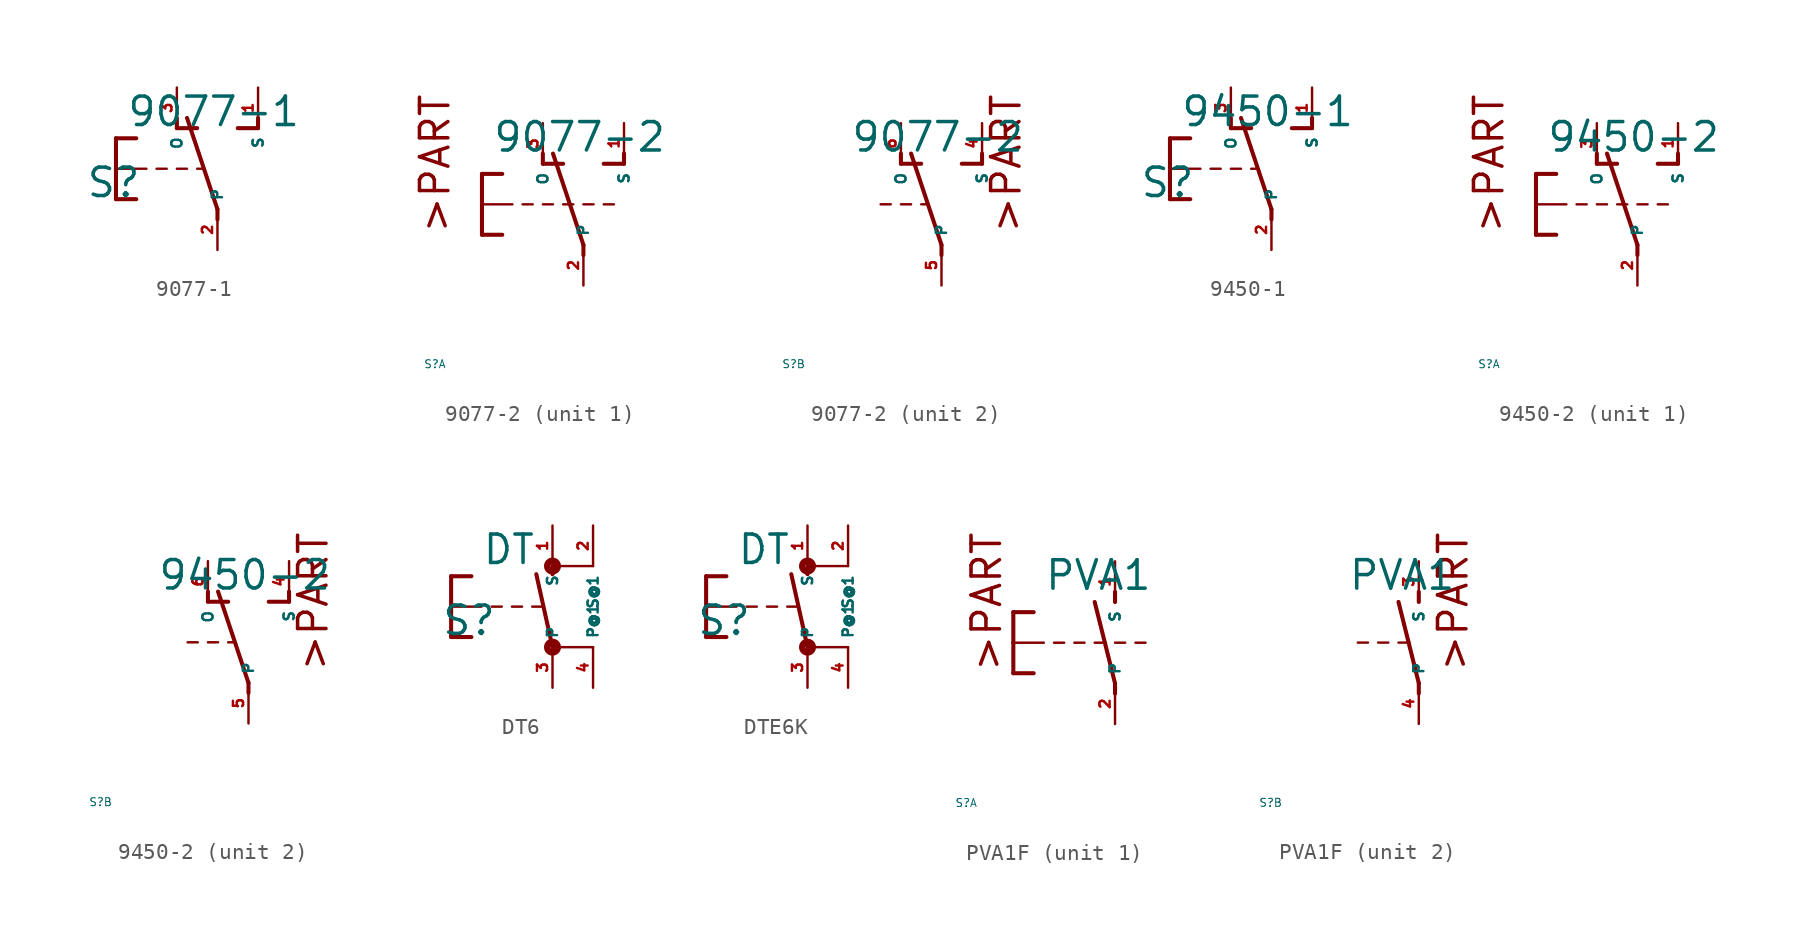
<source format=kicad_sym>
(kicad_symbol_lib
  (version 20220914)
  (generator Eagle2Kicad)
  (symbol "9077-1"
    (property "Reference" "S"
      (at -8.255 -1.905 0)
      (effects (font (size 1.778 1.778) (thickness 0.22)) (justify left bottom)))
    (property "Value" "9077-1"
      (at -5.715 2.54 0)
      (effects (font (size 1.778 1.778) (thickness 0.22)) (justify left bottom)))
    (polyline
      (pts (xy 0 -3.175) (xy 0 -2.54))
      (stroke (width 0.254) (type default))
      (fill (type none)))
    (polyline
      (pts (xy 0 -2.54) (xy -1.905 3.175))
      (stroke (width 0.254) (type default))
      (fill (type none)))
    (polyline
      (pts (xy 1.27 2.54) (xy 2.54 2.54))
      (stroke (width 0.254) (type default))
      (fill (type none)))
    (polyline
      (pts (xy 2.54 2.54) (xy 2.54 3.175))
      (stroke (width 0.254) (type default))
      (fill (type none)))
    (polyline
      (pts (xy -2.54 2.54) (xy -1.27 2.54))
      (stroke (width 0.254) (type default))
      (fill (type none)))
    (polyline
      (pts (xy -2.54 2.54) (xy -2.54 3.175))
      (stroke (width 0.254) (type default))
      (fill (type none)))
    (polyline
      (pts (xy -0.889 0) (xy -1.27 0))
      (stroke (width 0.152) (type default))
      (fill (type none)))
    (polyline
      (pts (xy -1.905 0) (xy -2.54 0))
      (stroke (width 0.152) (type default))
      (fill (type none)))
    (polyline
      (pts (xy -3.175 0) (xy -3.81 0))
      (stroke (width 0.152) (type default))
      (fill (type none)))
    (polyline
      (pts (xy -6.35 1.905) (xy -5.08 1.905))
      (stroke (width 0.254) (type default))
      (fill (type none)))
    (polyline
      (pts (xy -6.35 1.905) (xy -6.35 0))
      (stroke (width 0.254) (type default))
      (fill (type none)))
    (polyline
      (pts (xy -6.35 -1.905) (xy -5.08 -1.905))
      (stroke (width 0.254) (type default))
      (fill (type none)))
    (polyline
      (pts (xy -6.35 0) (xy -4.445 0))
      (stroke (width 0.152) (type default))
      (fill (type none)))
    (polyline
      (pts (xy -6.35 0) (xy -6.35 -1.905))
      (stroke (width 0.254) (type default))
      (fill (type none)))
    (pin passive line
      (at 0 -5.08 90)
      (length 2.54)
      (name "P" (effects (font (size 0.635 0.635) (thickness 0.08)) (justify left bottom)))
      (number "2" (effects (font (size 0.635 0.635) (thickness 0.08)) (justify left bottom))))
    (pin passive line
      (at 2.54 5.08 270)
      (length 2.54)
      (name "S" (effects (font (size 0.635 0.635) (thickness 0.08)) (justify left bottom)))
      (number "1" (effects (font (size 0.635 0.635) (thickness 0.08)) (justify left bottom))))
    (pin passive line
      (at -2.54 5.08 270)
      (length 2.54)
      (name "O" (effects (font (size 0.635 0.635) (thickness 0.08)) (justify left bottom)))
      (number "3" (effects (font (size 0.635 0.635) (thickness 0.08)) (justify left bottom)))))
  (symbol "9077-2"
    (property "Reference" "S"
      (at -10 -10 0)
      (effects (font (size 0.5 0.5) (thickness 0.06)) (justify left)))
    (property "Value" "9077-2"
      (at -5.715 3.175 0)
      (effects (font (size 1.778 1.778) (thickness 0.22)) (justify left bottom)))
    (symbol "9077-2_1_0"
      (polyline (pts (xy 0 -3.175) (xy 0 -2.54)) (stroke (width 0.254) (type default)) (fill (type none)))
      (polyline (pts (xy 0 -2.54) (xy -1.905 3.175)) (stroke (width 0.254) (type default)) (fill (type none)))
      (polyline (pts (xy 1.27 2.54) (xy 2.54 2.54)) (stroke (width 0.254) (type default)) (fill (type none)))
      (polyline (pts (xy 2.54 2.54) (xy 2.54 3.175)) (stroke (width 0.254) (type default)) (fill (type none)))
      (polyline (pts (xy -2.54 2.54) (xy -1.27 2.54)) (stroke (width 0.254) (type default)) (fill (type none)))
      (polyline (pts (xy -2.54 2.54) (xy -2.54 3.175)) (stroke (width 0.254) (type default)) (fill (type none)))
      (polyline (pts (xy -1.905 0) (xy -2.54 0)) (stroke (width 0.152) (type default)) (fill (type none)))
      (polyline (pts (xy -3.175 0) (xy -3.81 0)) (stroke (width 0.152) (type default)) (fill (type none)))
      (polyline (pts (xy -6.35 1.905) (xy -5.08 1.905)) (stroke (width 0.254) (type default)) (fill (type none)))
      (polyline (pts (xy -6.35 1.905) (xy -6.35 0)) (stroke (width 0.254) (type default)) (fill (type none)))
      (polyline (pts (xy -6.35 -1.905) (xy -5.08 -1.905)) (stroke (width 0.254) (type default)) (fill (type none)))
      (polyline (pts (xy -6.35 0) (xy -4.445 0)) (stroke (width 0.152) (type default)) (fill (type none)))
      (polyline (pts (xy -6.35 0) (xy -6.35 -1.905)) (stroke (width 0.254) (type default)) (fill (type none)))
      (polyline (pts (xy 0.635 0) (xy 0 0)) (stroke (width 0.152) (type default)) (fill (type none)))
      (polyline (pts (xy 1.905 0) (xy 1.27 0)) (stroke (width 0.152) (type default)) (fill (type none)))
      (polyline (pts (xy -0.635 0) (xy -1.27 0)) (stroke (width 0.152) (type default)) (fill (type none)))
      (text ">PART" (at -8.255 -1.905 900) (effects (font (size 1.778 1.778) (thickness 0.22)) (justify left bottom)))
      (pin passive line (at 0 -5.08 90) (length 2.54) (name "P" (effects (font (size 0.635 0.635) (thickness 0.08)) (justify left bottom))) (number "2" (effects (font (size 0.635 0.635) (thickness 0.08)) (justify left bottom))))
      (pin passive line (at 2.54 5.08 270) (length 2.54) (name "S" (effects (font (size 0.635 0.635) (thickness 0.08)) (justify left bottom))) (number "1" (effects (font (size 0.635 0.635) (thickness 0.08)) (justify left bottom))))
      (pin passive line (at -2.54 5.08 270) (length 2.54) (name "O" (effects (font (size 0.635 0.635) (thickness 0.08)) (justify left bottom))) (number "3" (effects (font (size 0.635 0.635) (thickness 0.08)) (justify left bottom)))))
    (symbol "9077-2_2_0"
      (polyline (pts (xy 0 -3.175) (xy 0 -2.54)) (stroke (width 0.254) (type default)) (fill (type none)))
      (polyline (pts (xy 0 -2.54) (xy -1.905 3.175)) (stroke (width 0.254) (type default)) (fill (type none)))
      (polyline (pts (xy 1.27 2.54) (xy 2.54 2.54)) (stroke (width 0.254) (type default)) (fill (type none)))
      (polyline (pts (xy 2.54 2.54) (xy 2.54 3.175)) (stroke (width 0.254) (type default)) (fill (type none)))
      (polyline (pts (xy -2.54 2.54) (xy -1.27 2.54)) (stroke (width 0.254) (type default)) (fill (type none)))
      (polyline (pts (xy -2.54 2.54) (xy -2.54 3.175)) (stroke (width 0.254) (type default)) (fill (type none)))
      (polyline (pts (xy -0.889 0) (xy -1.27 0)) (stroke (width 0.152) (type default)) (fill (type none)))
      (polyline (pts (xy -1.905 0) (xy -2.54 0)) (stroke (width 0.152) (type default)) (fill (type none)))
      (polyline (pts (xy -3.175 0) (xy -3.81 0)) (stroke (width 0.152) (type default)) (fill (type none)))
      (text ">PART" (at 5.08 -1.905 900) (effects (font (size 1.778 1.778) (thickness 0.22)) (justify left bottom)))
      (pin passive line (at 0 -5.08 90) (length 2.54) (name "P" (effects (font (size 0.635 0.635) (thickness 0.08)) (justify left bottom))) (number "5" (effects (font (size 0.635 0.635) (thickness 0.08)) (justify left bottom))))
      (pin passive line (at 2.54 5.08 270) (length 2.54) (name "S" (effects (font (size 0.635 0.635) (thickness 0.08)) (justify left bottom))) (number "4" (effects (font (size 0.635 0.635) (thickness 0.08)) (justify left bottom))))
      (pin passive line (at -2.54 5.08 270) (length 2.54) (name "O" (effects (font (size 0.635 0.635) (thickness 0.08)) (justify left bottom))) (number "6" (effects (font (size 0.635 0.635) (thickness 0.08)) (justify left bottom))))))
  (symbol "9450-1"
    (property "Reference" "S"
      (at -8.255 -1.905 0)
      (effects (font (size 1.778 1.778) (thickness 0.22)) (justify left bottom)))
    (property "Value" "9450-1"
      (at -5.715 2.54 0)
      (effects (font (size 1.778 1.778) (thickness 0.22)) (justify left bottom)))
    (polyline
      (pts (xy 0 -3.175) (xy 0 -2.54))
      (stroke (width 0.254) (type default))
      (fill (type none)))
    (polyline
      (pts (xy 0 -2.54) (xy -1.905 3.175))
      (stroke (width 0.254) (type default))
      (fill (type none)))
    (polyline
      (pts (xy 1.27 2.54) (xy 2.54 2.54))
      (stroke (width 0.254) (type default))
      (fill (type none)))
    (polyline
      (pts (xy 2.54 2.54) (xy 2.54 3.175))
      (stroke (width 0.254) (type default))
      (fill (type none)))
    (polyline
      (pts (xy -2.54 2.54) (xy -1.27 2.54))
      (stroke (width 0.254) (type default))
      (fill (type none)))
    (polyline
      (pts (xy -2.54 2.54) (xy -2.54 3.175))
      (stroke (width 0.254) (type default))
      (fill (type none)))
    (polyline
      (pts (xy -0.889 0) (xy -1.27 0))
      (stroke (width 0.152) (type default))
      (fill (type none)))
    (polyline
      (pts (xy -1.905 0) (xy -2.54 0))
      (stroke (width 0.152) (type default))
      (fill (type none)))
    (polyline
      (pts (xy -3.175 0) (xy -3.81 0))
      (stroke (width 0.152) (type default))
      (fill (type none)))
    (polyline
      (pts (xy -6.35 1.905) (xy -5.08 1.905))
      (stroke (width 0.254) (type default))
      (fill (type none)))
    (polyline
      (pts (xy -6.35 1.905) (xy -6.35 0))
      (stroke (width 0.254) (type default))
      (fill (type none)))
    (polyline
      (pts (xy -6.35 -1.905) (xy -5.08 -1.905))
      (stroke (width 0.254) (type default))
      (fill (type none)))
    (polyline
      (pts (xy -6.35 0) (xy -4.445 0))
      (stroke (width 0.152) (type default))
      (fill (type none)))
    (polyline
      (pts (xy -6.35 0) (xy -6.35 -1.905))
      (stroke (width 0.254) (type default))
      (fill (type none)))
    (pin passive line
      (at 0 -5.08 90)
      (length 2.54)
      (name "P" (effects (font (size 0.635 0.635) (thickness 0.08)) (justify left bottom)))
      (number "2" (effects (font (size 0.635 0.635) (thickness 0.08)) (justify left bottom))))
    (pin passive line
      (at 2.54 5.08 270)
      (length 2.54)
      (name "S" (effects (font (size 0.635 0.635) (thickness 0.08)) (justify left bottom)))
      (number "1" (effects (font (size 0.635 0.635) (thickness 0.08)) (justify left bottom))))
    (pin passive line
      (at -2.54 5.08 270)
      (length 2.54)
      (name "O" (effects (font (size 0.635 0.635) (thickness 0.08)) (justify left bottom)))
      (number "3" (effects (font (size 0.635 0.635) (thickness 0.08)) (justify left bottom)))))
  (symbol "9450-2"
    (property "Reference" "S"
      (at -10 -10 0)
      (effects (font (size 0.5 0.5) (thickness 0.06)) (justify left)))
    (property "Value" "9450-2"
      (at -5.715 3.175 0)
      (effects (font (size 1.778 1.778) (thickness 0.22)) (justify left bottom)))
    (symbol "9450-2_1_0"
      (polyline (pts (xy 0 -3.175) (xy 0 -2.54)) (stroke (width 0.254) (type default)) (fill (type none)))
      (polyline (pts (xy 0 -2.54) (xy -1.905 3.175)) (stroke (width 0.254) (type default)) (fill (type none)))
      (polyline (pts (xy 1.27 2.54) (xy 2.54 2.54)) (stroke (width 0.254) (type default)) (fill (type none)))
      (polyline (pts (xy 2.54 2.54) (xy 2.54 3.175)) (stroke (width 0.254) (type default)) (fill (type none)))
      (polyline (pts (xy -2.54 2.54) (xy -1.27 2.54)) (stroke (width 0.254) (type default)) (fill (type none)))
      (polyline (pts (xy -2.54 2.54) (xy -2.54 3.175)) (stroke (width 0.254) (type default)) (fill (type none)))
      (polyline (pts (xy -1.905 0) (xy -2.54 0)) (stroke (width 0.152) (type default)) (fill (type none)))
      (polyline (pts (xy -3.175 0) (xy -3.81 0)) (stroke (width 0.152) (type default)) (fill (type none)))
      (polyline (pts (xy -6.35 1.905) (xy -5.08 1.905)) (stroke (width 0.254) (type default)) (fill (type none)))
      (polyline (pts (xy -6.35 1.905) (xy -6.35 0)) (stroke (width 0.254) (type default)) (fill (type none)))
      (polyline (pts (xy -6.35 -1.905) (xy -5.08 -1.905)) (stroke (width 0.254) (type default)) (fill (type none)))
      (polyline (pts (xy -6.35 0) (xy -4.445 0)) (stroke (width 0.152) (type default)) (fill (type none)))
      (polyline (pts (xy -6.35 0) (xy -6.35 -1.905)) (stroke (width 0.254) (type default)) (fill (type none)))
      (polyline (pts (xy 0.635 0) (xy 0 0)) (stroke (width 0.152) (type default)) (fill (type none)))
      (polyline (pts (xy 1.905 0) (xy 1.27 0)) (stroke (width 0.152) (type default)) (fill (type none)))
      (polyline (pts (xy -0.635 0) (xy -1.27 0)) (stroke (width 0.152) (type default)) (fill (type none)))
      (text ">PART" (at -8.255 -1.905 900) (effects (font (size 1.778 1.778) (thickness 0.22)) (justify left bottom)))
      (pin passive line (at 0 -5.08 90) (length 2.54) (name "P" (effects (font (size 0.635 0.635) (thickness 0.08)) (justify left bottom))) (number "2" (effects (font (size 0.635 0.635) (thickness 0.08)) (justify left bottom))))
      (pin passive line (at 2.54 5.08 270) (length 2.54) (name "S" (effects (font (size 0.635 0.635) (thickness 0.08)) (justify left bottom))) (number "1" (effects (font (size 0.635 0.635) (thickness 0.08)) (justify left bottom))))
      (pin passive line (at -2.54 5.08 270) (length 2.54) (name "O" (effects (font (size 0.635 0.635) (thickness 0.08)) (justify left bottom))) (number "3" (effects (font (size 0.635 0.635) (thickness 0.08)) (justify left bottom)))))
    (symbol "9450-2_2_0"
      (polyline (pts (xy 0 -3.175) (xy 0 -2.54)) (stroke (width 0.254) (type default)) (fill (type none)))
      (polyline (pts (xy 0 -2.54) (xy -1.905 3.175)) (stroke (width 0.254) (type default)) (fill (type none)))
      (polyline (pts (xy 1.27 2.54) (xy 2.54 2.54)) (stroke (width 0.254) (type default)) (fill (type none)))
      (polyline (pts (xy 2.54 2.54) (xy 2.54 3.175)) (stroke (width 0.254) (type default)) (fill (type none)))
      (polyline (pts (xy -2.54 2.54) (xy -1.27 2.54)) (stroke (width 0.254) (type default)) (fill (type none)))
      (polyline (pts (xy -2.54 2.54) (xy -2.54 3.175)) (stroke (width 0.254) (type default)) (fill (type none)))
      (polyline (pts (xy -0.889 0) (xy -1.27 0)) (stroke (width 0.152) (type default)) (fill (type none)))
      (polyline (pts (xy -1.905 0) (xy -2.54 0)) (stroke (width 0.152) (type default)) (fill (type none)))
      (polyline (pts (xy -3.175 0) (xy -3.81 0)) (stroke (width 0.152) (type default)) (fill (type none)))
      (text ">PART" (at 5.08 -1.905 900) (effects (font (size 1.778 1.778) (thickness 0.22)) (justify left bottom)))
      (pin passive line (at 0 -5.08 90) (length 2.54) (name "P" (effects (font (size 0.635 0.635) (thickness 0.08)) (justify left bottom))) (number "5" (effects (font (size 0.635 0.635) (thickness 0.08)) (justify left bottom))))
      (pin passive line (at 2.54 5.08 270) (length 2.54) (name "S" (effects (font (size 0.635 0.635) (thickness 0.08)) (justify left bottom))) (number "4" (effects (font (size 0.635 0.635) (thickness 0.08)) (justify left bottom))))
      (pin passive line (at -2.54 5.08 270) (length 2.54) (name "O" (effects (font (size 0.635 0.635) (thickness 0.08)) (justify left bottom))) (number "6" (effects (font (size 0.635 0.635) (thickness 0.08)) (justify left bottom))))))
  (symbol "DT6"
    (property "Reference" "S"
      (at -6.985 -1.905 0)
      (effects (font (size 1.778 1.778) (thickness 0.22)) (justify left bottom)))
    (property "Value" "DT"
      (at -4.445 2.54 0)
      (effects (font (size 1.778 1.778) (thickness 0.22)) (justify left bottom)))
    (polyline
      (pts (xy 0 2.032) (xy 0 2.54))
      (stroke (width 0.254) (type default))
      (fill (type none)))
    (polyline
      (pts (xy -6.35 1.905) (xy -5.08 1.905))
      (stroke (width 0.254) (type default))
      (fill (type none)))
    (polyline
      (pts (xy -6.35 1.905) (xy -6.35 0))
      (stroke (width 0.254) (type default))
      (fill (type none)))
    (polyline
      (pts (xy -6.35 -1.905) (xy -5.08 -1.905))
      (stroke (width 0.254) (type default))
      (fill (type none)))
    (polyline
      (pts (xy -6.35 0) (xy -4.445 0))
      (stroke (width 0.152) (type default))
      (fill (type none)))
    (polyline
      (pts (xy -6.35 0) (xy -6.35 -1.905))
      (stroke (width 0.254) (type default))
      (fill (type none)))
    (polyline
      (pts (xy -2.54 0) (xy -1.905 0))
      (stroke (width 0.152) (type default))
      (fill (type none)))
    (polyline
      (pts (xy -1.27 0) (xy -0.635 0))
      (stroke (width 0.152) (type default))
      (fill (type none)))
    (polyline
      (pts (xy -3.81 0) (xy -3.175 0))
      (stroke (width 0.152) (type default))
      (fill (type none)))
    (polyline
      (pts (xy 2.54 2.54) (xy 0 2.54))
      (stroke (width 0.152) (type default))
      (fill (type none)))
    (polyline
      (pts (xy 2.54 -2.54) (xy 0 -2.54))
      (stroke (width 0.152) (type default))
      (fill (type none)))
    (polyline
      (pts (xy 0 -2.54) (xy -1.016 2.032))
      (stroke (width 0.254) (type default))
      (fill (type none)))
    (circle
      (center 0 -2.54)
      (radius 0.127)
      (stroke (width 0.406) (type default))
      (fill (type none)))
    (circle
      (center 0 2.54)
      (radius 0.127)
      (stroke (width 0.406) (type default))
      (fill (type none)))
    (pin passive line
      (at 0 5.08 270)
      (length 2.54)
      (name "S" (effects (font (size 0.635 0.635) (thickness 0.08)) (justify left bottom)))
      (number "1" (effects (font (size 0.635 0.635) (thickness 0.08)) (justify left bottom))))
    (pin passive line
      (at 0 -5.08 90)
      (length 2.54)
      (name "P" (effects (font (size 0.635 0.635) (thickness 0.08)) (justify left bottom)))
      (number "3" (effects (font (size 0.635 0.635) (thickness 0.08)) (justify left bottom))))
    (pin passive line
      (at 2.54 -5.08 90)
      (length 2.54)
      (name "P@1" (effects (font (size 0.635 0.635) (thickness 0.08)) (justify left bottom)))
      (number "4" (effects (font (size 0.635 0.635) (thickness 0.08)) (justify left bottom))))
    (pin passive line
      (at 2.54 5.08 270)
      (length 2.54)
      (name "S@1" (effects (font (size 0.635 0.635) (thickness 0.08)) (justify left bottom)))
      (number "2" (effects (font (size 0.635 0.635) (thickness 0.08)) (justify left bottom)))))
  (symbol "DTE6K"
    (property "Reference" "S"
      (at -6.985 -1.905 0)
      (effects (font (size 1.778 1.778) (thickness 0.22)) (justify left bottom)))
    (property "Value" "DT"
      (at -4.445 2.54 0)
      (effects (font (size 1.778 1.778) (thickness 0.22)) (justify left bottom)))
    (polyline
      (pts (xy 0 2.032) (xy 0 2.54))
      (stroke (width 0.254) (type default))
      (fill (type none)))
    (polyline
      (pts (xy -6.35 1.905) (xy -5.08 1.905))
      (stroke (width 0.254) (type default))
      (fill (type none)))
    (polyline
      (pts (xy -6.35 1.905) (xy -6.35 0))
      (stroke (width 0.254) (type default))
      (fill (type none)))
    (polyline
      (pts (xy -6.35 -1.905) (xy -5.08 -1.905))
      (stroke (width 0.254) (type default))
      (fill (type none)))
    (polyline
      (pts (xy -6.35 0) (xy -4.445 0))
      (stroke (width 0.152) (type default))
      (fill (type none)))
    (polyline
      (pts (xy -6.35 0) (xy -6.35 -1.905))
      (stroke (width 0.254) (type default))
      (fill (type none)))
    (polyline
      (pts (xy -2.54 0) (xy -1.905 0))
      (stroke (width 0.152) (type default))
      (fill (type none)))
    (polyline
      (pts (xy -1.27 0) (xy -0.635 0))
      (stroke (width 0.152) (type default))
      (fill (type none)))
    (polyline
      (pts (xy -3.81 0) (xy -3.175 0))
      (stroke (width 0.152) (type default))
      (fill (type none)))
    (polyline
      (pts (xy 2.54 2.54) (xy 0 2.54))
      (stroke (width 0.152) (type default))
      (fill (type none)))
    (polyline
      (pts (xy 2.54 -2.54) (xy 0 -2.54))
      (stroke (width 0.152) (type default))
      (fill (type none)))
    (polyline
      (pts (xy 0 -2.54) (xy -1.016 2.032))
      (stroke (width 0.254) (type default))
      (fill (type none)))
    (circle
      (center 0 -2.54)
      (radius 0.127)
      (stroke (width 0.406) (type default))
      (fill (type none)))
    (circle
      (center 0 2.54)
      (radius 0.127)
      (stroke (width 0.406) (type default))
      (fill (type none)))
    (pin passive line
      (at 0 5.08 270)
      (length 2.54)
      (name "S" (effects (font (size 0.635 0.635) (thickness 0.08)) (justify left bottom)))
      (number "1" (effects (font (size 0.635 0.635) (thickness 0.08)) (justify left bottom))))
    (pin passive line
      (at 0 -5.08 90)
      (length 2.54)
      (name "P" (effects (font (size 0.635 0.635) (thickness 0.08)) (justify left bottom)))
      (number "3" (effects (font (size 0.635 0.635) (thickness 0.08)) (justify left bottom))))
    (pin passive line
      (at 2.54 -5.08 90)
      (length 2.54)
      (name "P@1" (effects (font (size 0.635 0.635) (thickness 0.08)) (justify left bottom)))
      (number "4" (effects (font (size 0.635 0.635) (thickness 0.08)) (justify left bottom))))
    (pin passive line
      (at 2.54 5.08 270)
      (length 2.54)
      (name "S@1" (effects (font (size 0.635 0.635) (thickness 0.08)) (justify left bottom)))
      (number "2" (effects (font (size 0.635 0.635) (thickness 0.08)) (justify left bottom)))))
  (symbol "PVA1F"
    (property "Reference" "S"
      (at -10 -10 0)
      (effects (font (size 0.5 0.5) (thickness 0.06)) (justify left)))
    (property "Value" "PVA1"
      (at -4.445 3.175 0)
      (effects (font (size 1.778 1.778) (thickness 0.22)) (justify left bottom)))
    (symbol "PVA1F_1_0"
      (polyline (pts (xy 0 -3.175) (xy 0 -2.54)) (stroke (width 0.254) (type default)) (fill (type none)))
      (polyline (pts (xy 0 2.54) (xy 0 3.175)) (stroke (width 0.254) (type default)) (fill (type none)))
      (polyline (pts (xy 0 -2.54) (xy -0.635 0)) (stroke (width 0.254) (type default)) (fill (type none)))
      (polyline (pts (xy -6.35 1.905) (xy -5.08 1.905)) (stroke (width 0.254) (type default)) (fill (type none)))
      (polyline (pts (xy -6.35 1.905) (xy -6.35 0)) (stroke (width 0.254) (type default)) (fill (type none)))
      (polyline (pts (xy -6.35 -1.905) (xy -5.08 -1.905)) (stroke (width 0.254) (type default)) (fill (type none)))
      (polyline (pts (xy -6.35 0) (xy -4.445 0)) (stroke (width 0.152) (type default)) (fill (type none)))
      (polyline (pts (xy -6.35 0) (xy -6.35 -1.905)) (stroke (width 0.254) (type default)) (fill (type none)))
      (polyline (pts (xy -2.54 0) (xy -1.905 0)) (stroke (width 0.152) (type default)) (fill (type none)))
      (polyline (pts (xy -1.27 0) (xy -0.635 0)) (stroke (width 0.152) (type default)) (fill (type none)))
      (polyline (pts (xy -0.635 0) (xy -1.27 2.54)) (stroke (width 0.254) (type default)) (fill (type none)))
      (polyline (pts (xy -3.81 0) (xy -3.175 0)) (stroke (width 0.152) (type default)) (fill (type none)))
      (polyline (pts (xy 1.27 0) (xy 1.905 0)) (stroke (width 0.152) (type default)) (fill (type none)))
      (polyline (pts (xy 0 0) (xy 0.635 0)) (stroke (width 0.152) (type default)) (fill (type none)))
      (text ">PART" (at -6.985 -1.905 900) (effects (font (size 1.778 1.778) (thickness 0.22)) (justify left bottom)))
      (pin passive line (at 0 -5.08 90) (length 2.54) (name "P" (effects (font (size 0.635 0.635) (thickness 0.08)) (justify left bottom))) (number "2" (effects (font (size 0.635 0.635) (thickness 0.08)) (justify left bottom))))
      (pin passive line (at 0 5.08 270) (length 2.54) (name "S" (effects (font (size 0.635 0.635) (thickness 0.08)) (justify left bottom))) (number "1" (effects (font (size 0.635 0.635) (thickness 0.08)) (justify left bottom)))))
    (symbol "PVA1F_2_0"
      (polyline (pts (xy 0 -3.175) (xy 0 -2.54)) (stroke (width 0.254) (type default)) (fill (type none)))
      (polyline (pts (xy 0 2.54) (xy 0 3.175)) (stroke (width 0.254) (type default)) (fill (type none)))
      (polyline (pts (xy 0 -2.54) (xy -0.635 0)) (stroke (width 0.254) (type default)) (fill (type none)))
      (polyline (pts (xy -2.54 0) (xy -1.905 0)) (stroke (width 0.152) (type default)) (fill (type none)))
      (polyline (pts (xy -1.27 0) (xy -0.635 0)) (stroke (width 0.152) (type default)) (fill (type none)))
      (polyline (pts (xy -0.635 0) (xy -1.27 2.54)) (stroke (width 0.254) (type default)) (fill (type none)))
      (polyline (pts (xy -3.81 0) (xy -3.175 0)) (stroke (width 0.152) (type default)) (fill (type none)))
      (text ">PART" (at 3.175 -1.905 900) (effects (font (size 1.778 1.778) (thickness 0.22)) (justify left bottom)))
      (pin passive line (at 0 -5.08 90) (length 2.54) (name "P" (effects (font (size 0.635 0.635) (thickness 0.08)) (justify left bottom))) (number "4" (effects (font (size 0.635 0.635) (thickness 0.08)) (justify left bottom))))
      (pin passive line (at 0 5.08 270) (length 2.54) (name "S" (effects (font (size 0.635 0.635) (thickness 0.08)) (justify left bottom))) (number "3" (effects (font (size 0.635 0.635) (thickness 0.08)) (justify left bottom)))))))
</source>
